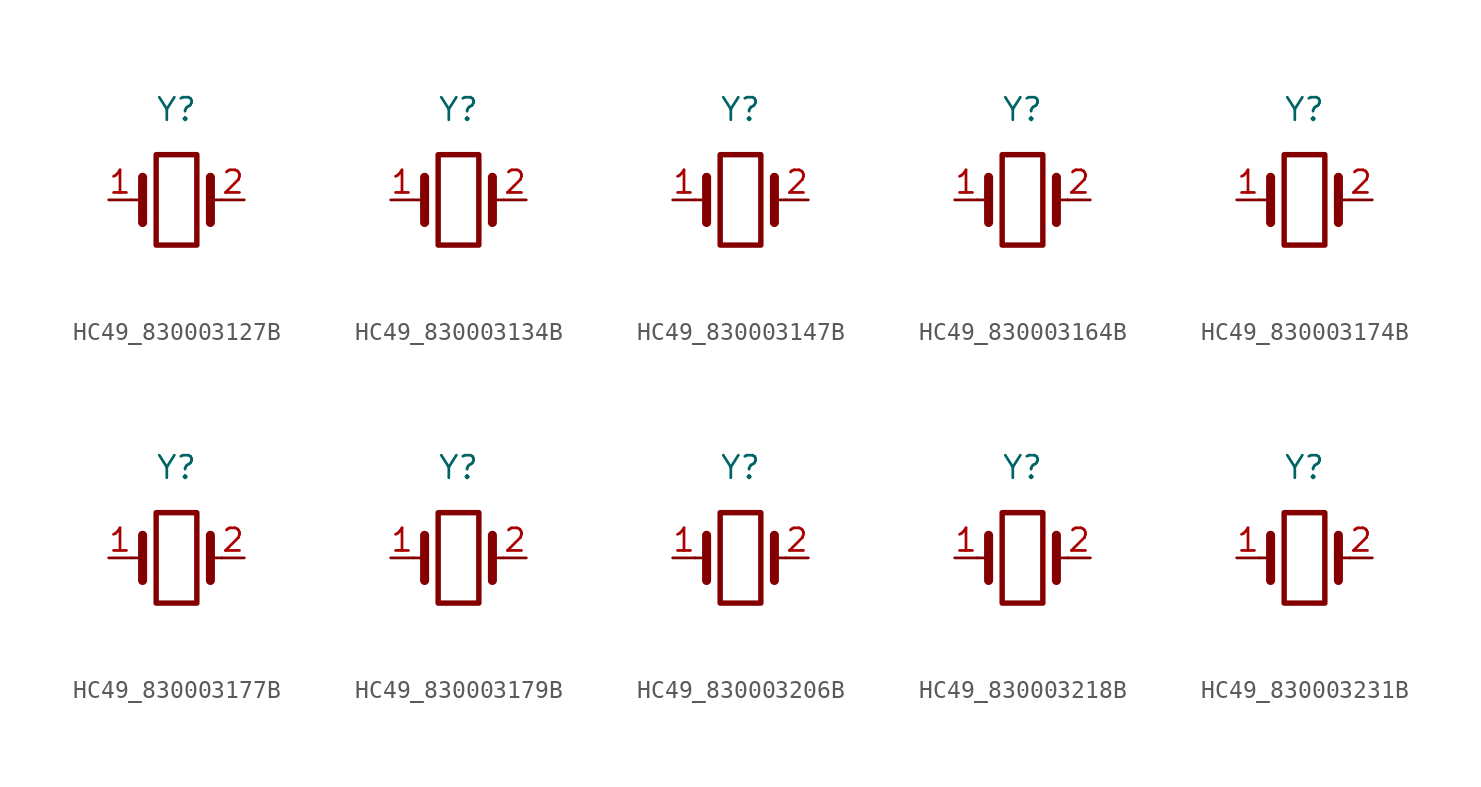
<source format=kicad_sym>
(kicad_symbol_lib
  (version 20220914)
  (generator kicad_symbol_editor)
  (symbol "HC49_830003127B"
    (pin_names hide)
    (property "Reference" "Y"
      (at 0 5.08 0)
      (effects (font (size 1.27 1.27))))
    (property "Critical Parameter" ""
      (at 0 -5.08 0)
      (effects (font (size 1.27 1.27)) (justify left)))
    (symbol "HC49_830003127B_0_1"
      (rectangle (start -1.143 2.54) (end 1.143 -2.54) (stroke (width 0.305) (type default)) (fill (type none)))
      (polyline (pts (xy -2.54 0) (xy -1.905 0)) (stroke (width 0) (type default)) (fill (type none)))
      (polyline (pts (xy -1.905 -1.27) (xy -1.905 1.27)) (stroke (width 0.508) (type default)) (fill (type none)))
      (polyline (pts (xy 1.905 -1.27) (xy 1.905 1.27)) (stroke (width 0.508) (type default)) (fill (type none)))
      (polyline (pts (xy 2.54 0) (xy 1.905 0)) (stroke (width 0) (type default)) (fill (type none))))
    (symbol "HC49_830003127B_1_1"
      (pin passive line (at -3.81 0 0) (length 1.27) (name "1" (effects (font (size 1.27 1.27)))) (number "1" (effects (font (size 1.27 1.27)))))
      (pin passive line (at 3.81 0 180) (length 1.27) (name "2" (effects (font (size 1.27 1.27)))) (number "2" (effects (font (size 1.27 1.27)))))))
  (symbol "HC49_830003134B"
    (pin_names hide)
    (property "Reference" "Y"
      (at 0 5.08 0)
      (effects (font (size 1.27 1.27))))
    (property "Critical Parameter" ""
      (at 0 -5.08 0)
      (effects (font (size 1.27 1.27)) (justify left)))
    (symbol "HC49_830003134B_0_1"
      (rectangle (start -1.143 2.54) (end 1.143 -2.54) (stroke (width 0.305) (type default)) (fill (type none)))
      (polyline (pts (xy -2.54 0) (xy -1.905 0)) (stroke (width 0) (type default)) (fill (type none)))
      (polyline (pts (xy -1.905 -1.27) (xy -1.905 1.27)) (stroke (width 0.508) (type default)) (fill (type none)))
      (polyline (pts (xy 1.905 -1.27) (xy 1.905 1.27)) (stroke (width 0.508) (type default)) (fill (type none)))
      (polyline (pts (xy 2.54 0) (xy 1.905 0)) (stroke (width 0) (type default)) (fill (type none))))
    (symbol "HC49_830003134B_1_1"
      (pin passive line (at -3.81 0 0) (length 1.27) (name "1" (effects (font (size 1.27 1.27)))) (number "1" (effects (font (size 1.27 1.27)))))
      (pin passive line (at 3.81 0 180) (length 1.27) (name "2" (effects (font (size 1.27 1.27)))) (number "2" (effects (font (size 1.27 1.27)))))))
  (symbol "HC49_830003147B"
    (pin_names hide)
    (property "Reference" "Y"
      (at 0 5.08 0)
      (effects (font (size 1.27 1.27))))
    (property "Critical Parameter" ""
      (at 0 -5.08 0)
      (effects (font (size 1.27 1.27)) (justify left)))
    (symbol "HC49_830003147B_0_1"
      (rectangle (start -1.143 2.54) (end 1.143 -2.54) (stroke (width 0.305) (type default)) (fill (type none)))
      (polyline (pts (xy -2.54 0) (xy -1.905 0)) (stroke (width 0) (type default)) (fill (type none)))
      (polyline (pts (xy -1.905 -1.27) (xy -1.905 1.27)) (stroke (width 0.508) (type default)) (fill (type none)))
      (polyline (pts (xy 1.905 -1.27) (xy 1.905 1.27)) (stroke (width 0.508) (type default)) (fill (type none)))
      (polyline (pts (xy 2.54 0) (xy 1.905 0)) (stroke (width 0) (type default)) (fill (type none))))
    (symbol "HC49_830003147B_1_1"
      (pin passive line (at -3.81 0 0) (length 1.27) (name "1" (effects (font (size 1.27 1.27)))) (number "1" (effects (font (size 1.27 1.27)))))
      (pin passive line (at 3.81 0 180) (length 1.27) (name "2" (effects (font (size 1.27 1.27)))) (number "2" (effects (font (size 1.27 1.27)))))))
  (symbol "HC49_830003164B"
    (pin_names hide)
    (property "Reference" "Y"
      (at 0 5.08 0)
      (effects (font (size 1.27 1.27))))
    (property "Critical Parameter" ""
      (at 0 -5.08 0)
      (effects (font (size 1.27 1.27)) (justify left)))
    (symbol "HC49_830003164B_0_1"
      (rectangle (start -1.143 2.54) (end 1.143 -2.54) (stroke (width 0.305) (type default)) (fill (type none)))
      (polyline (pts (xy -2.54 0) (xy -1.905 0)) (stroke (width 0) (type default)) (fill (type none)))
      (polyline (pts (xy -1.905 -1.27) (xy -1.905 1.27)) (stroke (width 0.508) (type default)) (fill (type none)))
      (polyline (pts (xy 1.905 -1.27) (xy 1.905 1.27)) (stroke (width 0.508) (type default)) (fill (type none)))
      (polyline (pts (xy 2.54 0) (xy 1.905 0)) (stroke (width 0) (type default)) (fill (type none))))
    (symbol "HC49_830003164B_1_1"
      (pin passive line (at -3.81 0 0) (length 1.27) (name "1" (effects (font (size 1.27 1.27)))) (number "1" (effects (font (size 1.27 1.27)))))
      (pin passive line (at 3.81 0 180) (length 1.27) (name "2" (effects (font (size 1.27 1.27)))) (number "2" (effects (font (size 1.27 1.27)))))))
  (symbol "HC49_830003174B"
    (pin_names hide)
    (property "Reference" "Y"
      (at 0 5.08 0)
      (effects (font (size 1.27 1.27))))
    (property "Critical Parameter" ""
      (at 0 -5.08 0)
      (effects (font (size 1.27 1.27)) (justify left)))
    (symbol "HC49_830003174B_0_1"
      (rectangle (start -1.143 2.54) (end 1.143 -2.54) (stroke (width 0.305) (type default)) (fill (type none)))
      (polyline (pts (xy -2.54 0) (xy -1.905 0)) (stroke (width 0) (type default)) (fill (type none)))
      (polyline (pts (xy -1.905 -1.27) (xy -1.905 1.27)) (stroke (width 0.508) (type default)) (fill (type none)))
      (polyline (pts (xy 1.905 -1.27) (xy 1.905 1.27)) (stroke (width 0.508) (type default)) (fill (type none)))
      (polyline (pts (xy 2.54 0) (xy 1.905 0)) (stroke (width 0) (type default)) (fill (type none))))
    (symbol "HC49_830003174B_1_1"
      (pin passive line (at -3.81 0 0) (length 1.27) (name "1" (effects (font (size 1.27 1.27)))) (number "1" (effects (font (size 1.27 1.27)))))
      (pin passive line (at 3.81 0 180) (length 1.27) (name "2" (effects (font (size 1.27 1.27)))) (number "2" (effects (font (size 1.27 1.27)))))))
  (symbol "HC49_830003177B"
    (pin_names hide)
    (property "Reference" "Y"
      (at 0 5.08 0)
      (effects (font (size 1.27 1.27))))
    (property "Critical Parameter" ""
      (at 0 -5.08 0)
      (effects (font (size 1.27 1.27)) (justify left)))
    (symbol "HC49_830003177B_0_1"
      (rectangle (start -1.143 2.54) (end 1.143 -2.54) (stroke (width 0.305) (type default)) (fill (type none)))
      (polyline (pts (xy -2.54 0) (xy -1.905 0)) (stroke (width 0) (type default)) (fill (type none)))
      (polyline (pts (xy -1.905 -1.27) (xy -1.905 1.27)) (stroke (width 0.508) (type default)) (fill (type none)))
      (polyline (pts (xy 1.905 -1.27) (xy 1.905 1.27)) (stroke (width 0.508) (type default)) (fill (type none)))
      (polyline (pts (xy 2.54 0) (xy 1.905 0)) (stroke (width 0) (type default)) (fill (type none))))
    (symbol "HC49_830003177B_1_1"
      (pin passive line (at -3.81 0 0) (length 1.27) (name "1" (effects (font (size 1.27 1.27)))) (number "1" (effects (font (size 1.27 1.27)))))
      (pin passive line (at 3.81 0 180) (length 1.27) (name "2" (effects (font (size 1.27 1.27)))) (number "2" (effects (font (size 1.27 1.27)))))))
  (symbol "HC49_830003179B"
    (pin_names hide)
    (property "Reference" "Y"
      (at 0 5.08 0)
      (effects (font (size 1.27 1.27))))
    (property "Critical Parameter" ""
      (at 0 -5.08 0)
      (effects (font (size 1.27 1.27)) (justify left)))
    (symbol "HC49_830003179B_0_1"
      (rectangle (start -1.143 2.54) (end 1.143 -2.54) (stroke (width 0.305) (type default)) (fill (type none)))
      (polyline (pts (xy -2.54 0) (xy -1.905 0)) (stroke (width 0) (type default)) (fill (type none)))
      (polyline (pts (xy -1.905 -1.27) (xy -1.905 1.27)) (stroke (width 0.508) (type default)) (fill (type none)))
      (polyline (pts (xy 1.905 -1.27) (xy 1.905 1.27)) (stroke (width 0.508) (type default)) (fill (type none)))
      (polyline (pts (xy 2.54 0) (xy 1.905 0)) (stroke (width 0) (type default)) (fill (type none))))
    (symbol "HC49_830003179B_1_1"
      (pin passive line (at -3.81 0 0) (length 1.27) (name "1" (effects (font (size 1.27 1.27)))) (number "1" (effects (font (size 1.27 1.27)))))
      (pin passive line (at 3.81 0 180) (length 1.27) (name "2" (effects (font (size 1.27 1.27)))) (number "2" (effects (font (size 1.27 1.27)))))))
  (symbol "HC49_830003206B"
    (pin_names hide)
    (property "Reference" "Y"
      (at 0 5.08 0)
      (effects (font (size 1.27 1.27))))
    (property "Critical Parameter" ""
      (at 0 -5.08 0)
      (effects (font (size 1.27 1.27)) (justify left)))
    (symbol "HC49_830003206B_0_1"
      (rectangle (start -1.143 2.54) (end 1.143 -2.54) (stroke (width 0.305) (type default)) (fill (type none)))
      (polyline (pts (xy -2.54 0) (xy -1.905 0)) (stroke (width 0) (type default)) (fill (type none)))
      (polyline (pts (xy -1.905 -1.27) (xy -1.905 1.27)) (stroke (width 0.508) (type default)) (fill (type none)))
      (polyline (pts (xy 1.905 -1.27) (xy 1.905 1.27)) (stroke (width 0.508) (type default)) (fill (type none)))
      (polyline (pts (xy 2.54 0) (xy 1.905 0)) (stroke (width 0) (type default)) (fill (type none))))
    (symbol "HC49_830003206B_1_1"
      (pin passive line (at -3.81 0 0) (length 1.27) (name "1" (effects (font (size 1.27 1.27)))) (number "1" (effects (font (size 1.27 1.27)))))
      (pin passive line (at 3.81 0 180) (length 1.27) (name "2" (effects (font (size 1.27 1.27)))) (number "2" (effects (font (size 1.27 1.27)))))))
  (symbol "HC49_830003218B"
    (pin_names hide)
    (property "Reference" "Y"
      (at 0 5.08 0)
      (effects (font (size 1.27 1.27))))
    (property "Critical Parameter" ""
      (at 0 -5.08 0)
      (effects (font (size 1.27 1.27)) (justify left)))
    (symbol "HC49_830003218B_0_1"
      (rectangle (start -1.143 2.54) (end 1.143 -2.54) (stroke (width 0.305) (type default)) (fill (type none)))
      (polyline (pts (xy -2.54 0) (xy -1.905 0)) (stroke (width 0) (type default)) (fill (type none)))
      (polyline (pts (xy -1.905 -1.27) (xy -1.905 1.27)) (stroke (width 0.508) (type default)) (fill (type none)))
      (polyline (pts (xy 1.905 -1.27) (xy 1.905 1.27)) (stroke (width 0.508) (type default)) (fill (type none)))
      (polyline (pts (xy 2.54 0) (xy 1.905 0)) (stroke (width 0) (type default)) (fill (type none))))
    (symbol "HC49_830003218B_1_1"
      (pin passive line (at -3.81 0 0) (length 1.27) (name "1" (effects (font (size 1.27 1.27)))) (number "1" (effects (font (size 1.27 1.27)))))
      (pin passive line (at 3.81 0 180) (length 1.27) (name "2" (effects (font (size 1.27 1.27)))) (number "2" (effects (font (size 1.27 1.27)))))))
  (symbol "HC49_830003231B"
    (pin_names hide)
    (property "Reference" "Y"
      (at 0 5.08 0)
      (effects (font (size 1.27 1.27))))
    (property "Critical Parameter" ""
      (at 0 -5.08 0)
      (effects (font (size 1.27 1.27)) (justify left)))
    (symbol "HC49_830003231B_0_1"
      (rectangle (start -1.143 2.54) (end 1.143 -2.54) (stroke (width 0.305) (type default)) (fill (type none)))
      (polyline (pts (xy -2.54 0) (xy -1.905 0)) (stroke (width 0) (type default)) (fill (type none)))
      (polyline (pts (xy -1.905 -1.27) (xy -1.905 1.27)) (stroke (width 0.508) (type default)) (fill (type none)))
      (polyline (pts (xy 1.905 -1.27) (xy 1.905 1.27)) (stroke (width 0.508) (type default)) (fill (type none)))
      (polyline (pts (xy 2.54 0) (xy 1.905 0)) (stroke (width 0) (type default)) (fill (type none))))
    (symbol "HC49_830003231B_1_1"
      (pin passive line (at -3.81 0 0) (length 1.27) (name "1" (effects (font (size 1.27 1.27)))) (number "1" (effects (font (size 1.27 1.27)))))
      (pin passive line (at 3.81 0 180) (length 1.27) (name "2" (effects (font (size 1.27 1.27)))) (number "2" (effects (font (size 1.27 1.27))))))))
</source>
